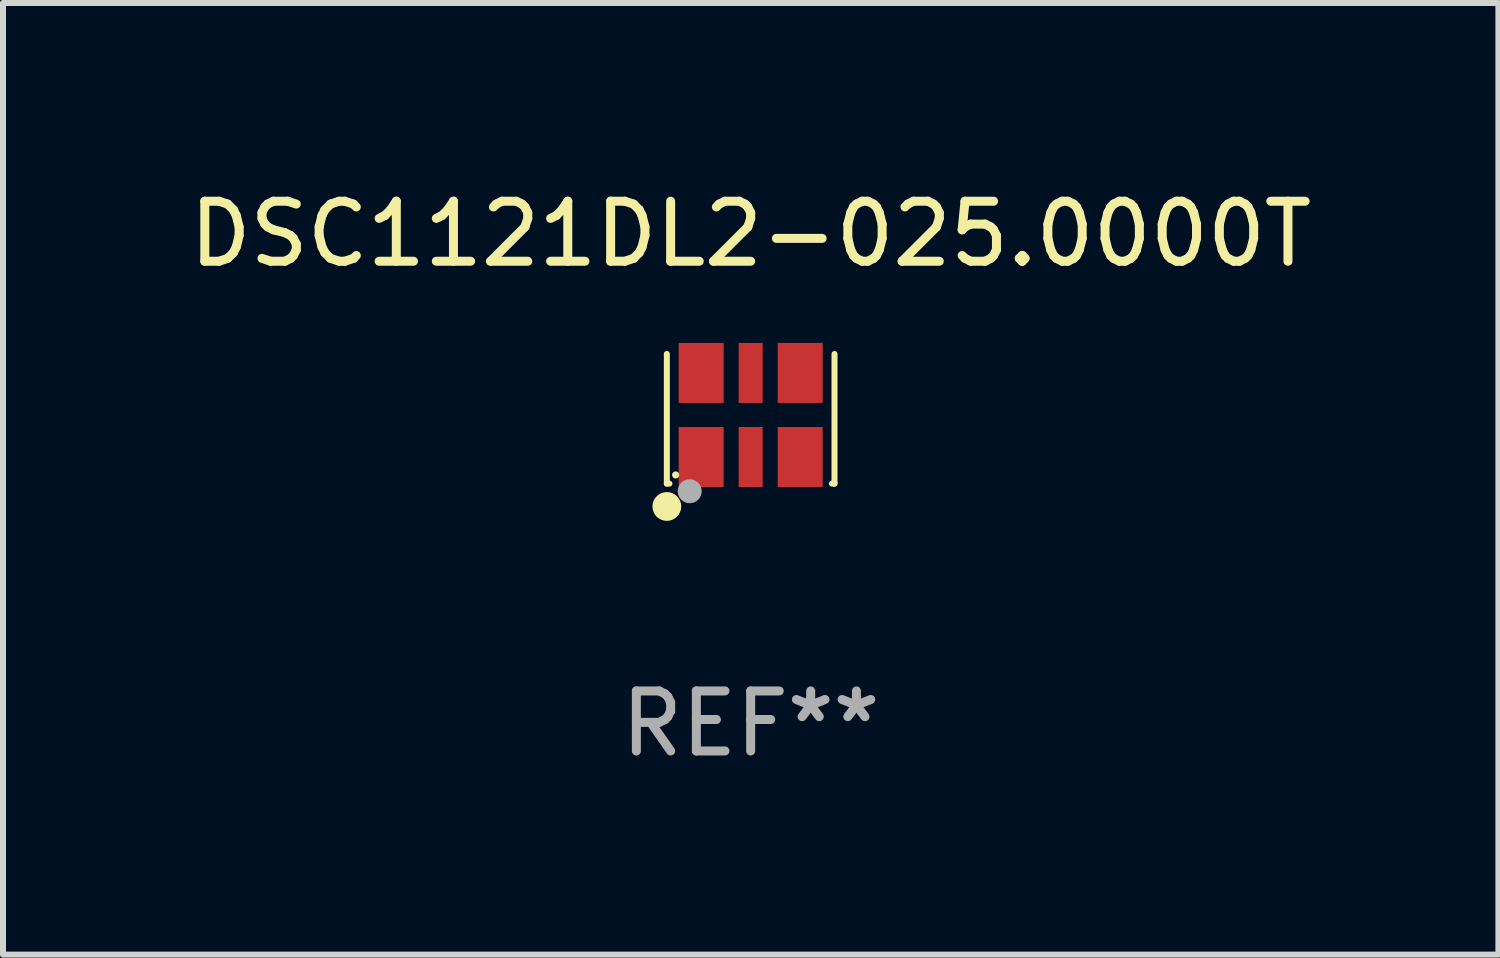
<source format=kicad_pcb>
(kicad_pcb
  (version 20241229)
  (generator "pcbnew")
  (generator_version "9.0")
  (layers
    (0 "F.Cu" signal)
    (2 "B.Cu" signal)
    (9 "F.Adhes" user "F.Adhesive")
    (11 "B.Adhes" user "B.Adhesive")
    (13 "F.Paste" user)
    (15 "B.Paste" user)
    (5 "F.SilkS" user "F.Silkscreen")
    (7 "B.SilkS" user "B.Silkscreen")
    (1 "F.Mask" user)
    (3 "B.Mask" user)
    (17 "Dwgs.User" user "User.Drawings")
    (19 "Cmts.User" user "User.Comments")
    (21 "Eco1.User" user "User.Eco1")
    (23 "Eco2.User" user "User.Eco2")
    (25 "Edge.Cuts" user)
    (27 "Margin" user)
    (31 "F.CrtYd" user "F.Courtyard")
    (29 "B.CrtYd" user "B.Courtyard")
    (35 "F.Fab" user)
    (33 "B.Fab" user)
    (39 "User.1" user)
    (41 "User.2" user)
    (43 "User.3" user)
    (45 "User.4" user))
  (footprint "DSC1121DL2-025.0000T"
    (layer "F.Cu")
    (at 9.458 3.928)
    (property "Reference" "DSC1121DL2-025.0000T" (at 0 -3.08 0) (layer "F.SilkS") (effects (font (size 1 1) (thickness 0.15))))
    (attr through_hole)
    (fp_line (start -1.397 -1.08) (end -1.397 1.08) (stroke (width 0.1) (type solid)) (layer "F.SilkS"))
    (fp_line (start -1.397 1.08) (end -1.354 1.08) (stroke (width 0.1) (type solid)) (layer "F.SilkS"))
    (fp_line (start 1.354 1.08) (end 1.397 1.08) (stroke (width 0.1) (type solid)) (layer "F.SilkS"))
    (fp_line (start 1.397 1.08) (end 1.397 -1.08) (stroke (width 0.1) (type solid)) (layer "F.SilkS"))
    (fp_circle (center -1.397 1.461) (end -1.277 1.461) (stroke (width 0.24) (type solid)) (fill no) (layer "F.SilkS"))
    (fp_circle (center -1.25 0.936) (end -1.22 0.936) (stroke (width 0.06) (type solid)) (fill no) (layer "F.SilkS"))
    (fp_circle (center -1.016 1.207) (end -0.916 1.207) (stroke (width 0.2) (type solid)) (fill no) (layer "F.Fab"))
    (fp_text user "REF**" (at 0 5.08 0) (layer "F.Fab") (effects (font (size 1 1) (thickness 0.15))))
    (pad "1" smd rect (at -0.825 0.637) (size 0.75 1) (layers "F.Cu" "F.Mask" "F.Paste"))
    (pad "2" smd rect (at 0 0.637) (size 0.4 1) (layers "F.Cu" "F.Mask" "F.Paste"))
    (pad "3" smd rect (at 0.825 0.637) (size 0.75 1) (layers "F.Cu" "F.Mask" "F.Paste"))
    (pad "4" smd rect (at 0.825 -0.764) (size 0.75 1) (layers "F.Cu" "F.Mask" "F.Paste"))
    (pad "5" smd rect (at 0 -0.764) (size 0.4 1) (layers "F.Cu" "F.Mask" "F.Paste"))
    (pad "6" smd rect (at -0.825 -0.764) (size 0.75 1) (layers "F.Cu" "F.Mask" "F.Paste")))
  (gr_rect
    (start -3 -3)
    (end 21.917 12.856)
    (stroke (width 0.1) (type default))
    (fill no)
    (layer "Edge.Cuts")))
</source>
